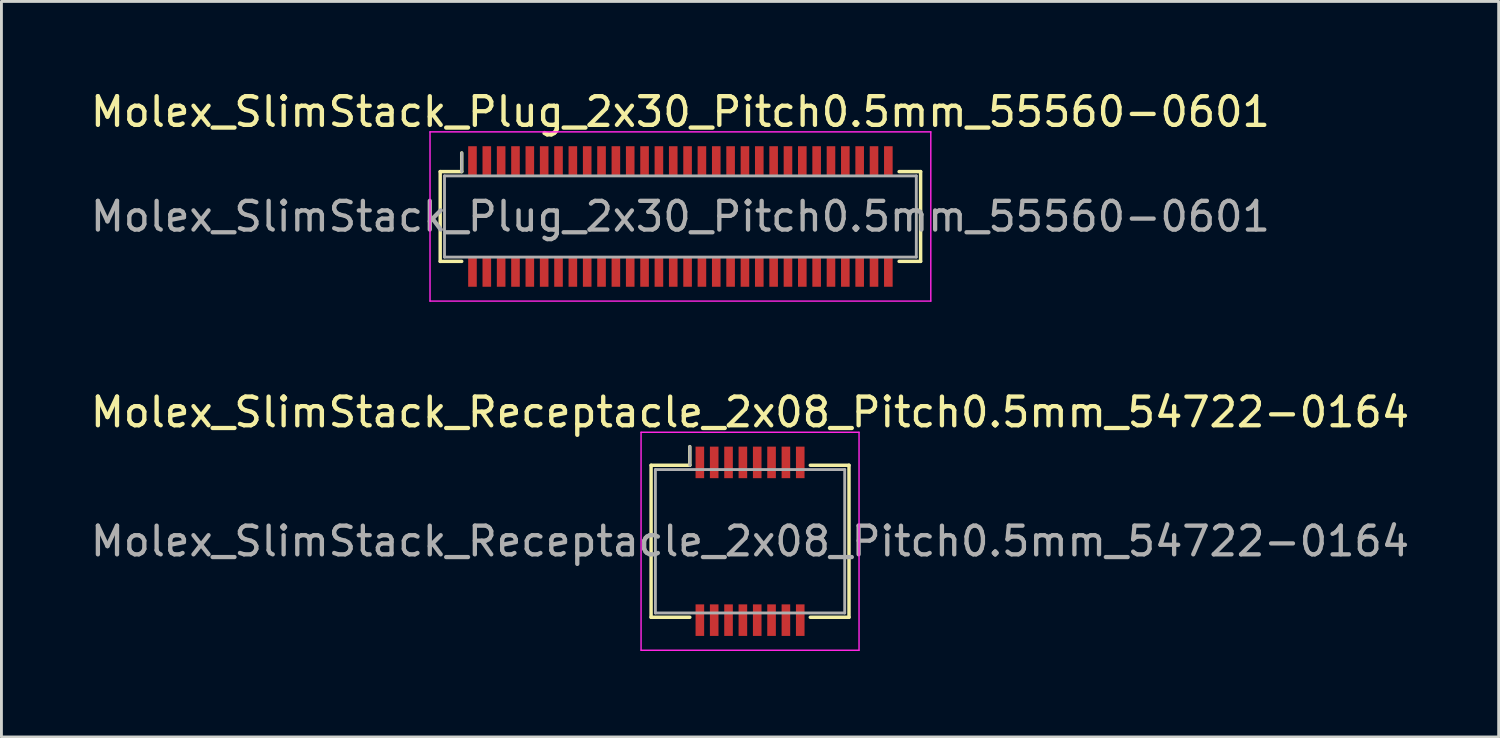
<source format=kicad_pcb>
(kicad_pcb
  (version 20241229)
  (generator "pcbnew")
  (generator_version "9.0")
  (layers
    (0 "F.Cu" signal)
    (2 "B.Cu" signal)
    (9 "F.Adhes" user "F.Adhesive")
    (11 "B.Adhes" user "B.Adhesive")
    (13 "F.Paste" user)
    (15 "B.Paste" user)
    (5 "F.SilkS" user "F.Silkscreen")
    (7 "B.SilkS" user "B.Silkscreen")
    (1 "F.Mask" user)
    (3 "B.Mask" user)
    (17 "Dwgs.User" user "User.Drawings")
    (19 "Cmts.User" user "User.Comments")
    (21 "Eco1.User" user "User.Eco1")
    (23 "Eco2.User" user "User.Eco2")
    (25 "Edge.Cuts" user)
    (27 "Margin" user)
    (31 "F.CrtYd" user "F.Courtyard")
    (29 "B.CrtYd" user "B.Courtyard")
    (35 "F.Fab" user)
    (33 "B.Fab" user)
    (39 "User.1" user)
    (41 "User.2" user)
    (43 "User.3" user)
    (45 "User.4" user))
  (footprint "Molex_SlimStack_Receptacle_2x08_Pitch0.5mm_54722-0164"
    (layer "F.Cu")
    (at 23.101 15.822)
    (property "Reference" "Molex_SlimStack_Receptacle_2x08_Pitch0.5mm_54722-0164" (at 0 -4.5 0) (layer "F.SilkS") (effects (font (size 1 1) (thickness 0.15))))
    (attr smd)
    (fp_line (start -3.45 -2.65) (end -2.1 -2.65) (stroke (width 0.12) (type solid)) (layer "F.SilkS"))
    (fp_line (start -3.45 2.65) (end -3.45 -2.65) (stroke (width 0.12) (type solid)) (layer "F.SilkS"))
    (fp_line (start -2.1 -2.65) (end -2.1 -3.3) (stroke (width 0.12) (type solid)) (layer "F.SilkS"))
    (fp_line (start -2.1 2.65) (end -3.45 2.65) (stroke (width 0.12) (type solid)) (layer "F.SilkS"))
    (fp_line (start 2.1 2.65) (end 3.45 2.65) (stroke (width 0.12) (type solid)) (layer "F.SilkS"))
    (fp_line (start 3.45 -2.65) (end 2.1 -2.65) (stroke (width 0.12) (type solid)) (layer "F.SilkS"))
    (fp_line (start 3.45 2.65) (end 3.45 -2.65) (stroke (width 0.12) (type solid)) (layer "F.SilkS"))
    (fp_line (start -3.8 -3.8) (end -3.8 3.8) (stroke (width 0.05) (type solid)) (layer "F.CrtYd"))
    (fp_line (start -3.8 3.8) (end 3.8 3.8) (stroke (width 0.05) (type solid)) (layer "F.CrtYd"))
    (fp_line (start 3.8 -3.8) (end -3.8 -3.8) (stroke (width 0.05) (type solid)) (layer "F.CrtYd"))
    (fp_line (start 3.8 3.8) (end 3.8 -3.8) (stroke (width 0.05) (type solid)) (layer "F.CrtYd"))
    (fp_line (start -3.3 -2.5) (end -3.3 2.5) (stroke (width 0.1) (type solid)) (layer "F.Fab"))
    (fp_line (start -3.3 2.5) (end 3.3 2.5) (stroke (width 0.1) (type solid)) (layer "F.Fab"))
    (fp_line (start -2.1 -2.65) (end -2.1 -3.3) (stroke (width 0.1) (type solid)) (layer "F.Fab"))
    (fp_line (start 3.3 -2.5) (end -3.3 -2.5) (stroke (width 0.1) (type solid)) (layer "F.Fab"))
    (fp_line (start 3.3 2.5) (end 3.3 -2.5) (stroke (width 0.1) (type solid)) (layer "F.Fab"))
    (fp_text user "${REFERENCE}" (at 0 0 0) (layer "F.Fab") (effects (font (size 1 1) (thickness 0.15))))
    (pad "1" smd rect (at -1.75 -2.75) (size 0.3 1.1) (layers "F.Cu" "F.Mask" "F.Paste"))
    (pad "2" smd rect (at -1.75 2.75) (size 0.3 1.1) (layers "F.Cu" "F.Mask" "F.Paste"))
    (pad "3" smd rect (at -1.25 -2.75) (size 0.3 1.1) (layers "F.Cu" "F.Mask" "F.Paste"))
    (pad "4" smd rect (at -1.25 2.75) (size 0.3 1.1) (layers "F.Cu" "F.Mask" "F.Paste"))
    (pad "5" smd rect (at -0.75 -2.75) (size 0.3 1.1) (layers "F.Cu" "F.Mask" "F.Paste"))
    (pad "6" smd rect (at -0.75 2.75) (size 0.3 1.1) (layers "F.Cu" "F.Mask" "F.Paste"))
    (pad "7" smd rect (at -0.25 -2.75) (size 0.3 1.1) (layers "F.Cu" "F.Mask" "F.Paste"))
    (pad "8" smd rect (at -0.25 2.75) (size 0.3 1.1) (layers "F.Cu" "F.Mask" "F.Paste"))
    (pad "9" smd rect (at 0.25 -2.75) (size 0.3 1.1) (layers "F.Cu" "F.Mask" "F.Paste"))
    (pad "10" smd rect (at 0.25 2.75) (size 0.3 1.1) (layers "F.Cu" "F.Mask" "F.Paste"))
    (pad "11" smd rect (at 0.75 -2.75) (size 0.3 1.1) (layers "F.Cu" "F.Mask" "F.Paste"))
    (pad "12" smd rect (at 0.75 2.75) (size 0.3 1.1) (layers "F.Cu" "F.Mask" "F.Paste"))
    (pad "13" smd rect (at 1.25 -2.75) (size 0.3 1.1) (layers "F.Cu" "F.Mask" "F.Paste"))
    (pad "14" smd rect (at 1.25 2.75) (size 0.3 1.1) (layers "F.Cu" "F.Mask" "F.Paste"))
    (pad "15" smd rect (at 1.75 -2.75) (size 0.3 1.1) (layers "F.Cu" "F.Mask" "F.Paste"))
    (pad "16" smd rect (at 1.75 2.75) (size 0.3 1.1) (layers "F.Cu" "F.Mask" "F.Paste")))
  (footprint "Molex_SlimStack_Plug_2x30_Pitch0.5mm_55560-0601"
    (layer "F.Cu")
    (at 20.673 4.498)
    (property "Reference" "Molex_SlimStack_Plug_2x30_Pitch0.5mm_55560-0601" (at 0 -3.65 0) (layer "F.SilkS") (effects (font (size 1 1) (thickness 0.15))))
    (attr smd)
    (fp_line (start -8.375 -1.565) (end -7.625 -1.565) (stroke (width 0.12) (type solid)) (layer "F.SilkS"))
    (fp_line (start -8.375 1.565) (end -8.375 -1.565) (stroke (width 0.12) (type solid)) (layer "F.SilkS"))
    (fp_line (start -7.625 -1.565) (end -7.625 -2.215) (stroke (width 0.12) (type solid)) (layer "F.SilkS"))
    (fp_line (start -7.625 1.565) (end -8.375 1.565) (stroke (width 0.12) (type solid)) (layer "F.SilkS"))
    (fp_line (start 7.625 1.565) (end 8.375 1.565) (stroke (width 0.12) (type solid)) (layer "F.SilkS"))
    (fp_line (start 8.375 -1.565) (end 7.625 -1.565) (stroke (width 0.12) (type solid)) (layer "F.SilkS"))
    (fp_line (start 8.375 1.565) (end 8.375 -1.565) (stroke (width 0.12) (type solid)) (layer "F.SilkS"))
    (fp_line (start -8.73 -2.95) (end -8.73 2.95) (stroke (width 0.05) (type solid)) (layer "F.CrtYd"))
    (fp_line (start -8.73 2.95) (end 8.73 2.95) (stroke (width 0.05) (type solid)) (layer "F.CrtYd"))
    (fp_line (start 8.73 -2.95) (end -8.73 -2.95) (stroke (width 0.05) (type solid)) (layer "F.CrtYd"))
    (fp_line (start 8.73 2.95) (end 8.73 -2.95) (stroke (width 0.05) (type solid)) (layer "F.CrtYd"))
    (fp_line (start -8.225 -1.415) (end -8.225 1.415) (stroke (width 0.1) (type solid)) (layer "F.Fab"))
    (fp_line (start -8.225 1.415) (end 8.225 1.415) (stroke (width 0.1) (type solid)) (layer "F.Fab"))
    (fp_line (start -7.625 -1.565) (end -7.625 -2.215) (stroke (width 0.1) (type solid)) (layer "F.Fab"))
    (fp_line (start 8.225 -1.415) (end -8.225 -1.415) (stroke (width 0.1) (type solid)) (layer "F.Fab"))
    (fp_line (start 8.225 1.415) (end 8.225 -1.415) (stroke (width 0.1) (type solid)) (layer "F.Fab"))
    (fp_text user "${REFERENCE}" (at 0 0 0) (layer "F.Fab") (effects (font (size 1 1) (thickness 0.15))))
    (pad "1" smd rect (at -7.25 -1.95) (size 0.3 1) (layers "F.Cu" "F.Mask" "F.Paste"))
    (pad "2" smd rect (at -7.25 1.95) (size 0.3 1) (layers "F.Cu" "F.Mask" "F.Paste"))
    (pad "3" smd rect (at -6.75 -1.95) (size 0.3 1) (layers "F.Cu" "F.Mask" "F.Paste"))
    (pad "4" smd rect (at -6.75 1.95) (size 0.3 1) (layers "F.Cu" "F.Mask" "F.Paste"))
    (pad "5" smd rect (at -6.25 -1.95) (size 0.3 1) (layers "F.Cu" "F.Mask" "F.Paste"))
    (pad "6" smd rect (at -6.25 1.95) (size 0.3 1) (layers "F.Cu" "F.Mask" "F.Paste"))
    (pad "7" smd rect (at -5.75 -1.95) (size 0.3 1) (layers "F.Cu" "F.Mask" "F.Paste"))
    (pad "8" smd rect (at -5.75 1.95) (size 0.3 1) (layers "F.Cu" "F.Mask" "F.Paste"))
    (pad "9" smd rect (at -5.25 -1.95) (size 0.3 1) (layers "F.Cu" "F.Mask" "F.Paste"))
    (pad "10" smd rect (at -5.25 1.95) (size 0.3 1) (layers "F.Cu" "F.Mask" "F.Paste"))
    (pad "11" smd rect (at -4.75 -1.95) (size 0.3 1) (layers "F.Cu" "F.Mask" "F.Paste"))
    (pad "12" smd rect (at -4.75 1.95) (size 0.3 1) (layers "F.Cu" "F.Mask" "F.Paste"))
    (pad "13" smd rect (at -4.25 -1.95) (size 0.3 1) (layers "F.Cu" "F.Mask" "F.Paste"))
    (pad "14" smd rect (at -4.25 1.95) (size 0.3 1) (layers "F.Cu" "F.Mask" "F.Paste"))
    (pad "15" smd rect (at -3.75 -1.95) (size 0.3 1) (layers "F.Cu" "F.Mask" "F.Paste"))
    (pad "16" smd rect (at -3.75 1.95) (size 0.3 1) (layers "F.Cu" "F.Mask" "F.Paste"))
    (pad "17" smd rect (at -3.25 -1.95) (size 0.3 1) (layers "F.Cu" "F.Mask" "F.Paste"))
    (pad "18" smd rect (at -3.25 1.95) (size 0.3 1) (layers "F.Cu" "F.Mask" "F.Paste"))
    (pad "19" smd rect (at -2.75 -1.95) (size 0.3 1) (layers "F.Cu" "F.Mask" "F.Paste"))
    (pad "20" smd rect (at -2.75 1.95) (size 0.3 1) (layers "F.Cu" "F.Mask" "F.Paste"))
    (pad "21" smd rect (at -2.25 -1.95) (size 0.3 1) (layers "F.Cu" "F.Mask" "F.Paste"))
    (pad "22" smd rect (at -2.25 1.95) (size 0.3 1) (layers "F.Cu" "F.Mask" "F.Paste"))
    (pad "23" smd rect (at -1.75 -1.95) (size 0.3 1) (layers "F.Cu" "F.Mask" "F.Paste"))
    (pad "24" smd rect (at -1.75 1.95) (size 0.3 1) (layers "F.Cu" "F.Mask" "F.Paste"))
    (pad "25" smd rect (at -1.25 -1.95) (size 0.3 1) (layers "F.Cu" "F.Mask" "F.Paste"))
    (pad "26" smd rect (at -1.25 1.95) (size 0.3 1) (layers "F.Cu" "F.Mask" "F.Paste"))
    (pad "27" smd rect (at -0.75 -1.95) (size 0.3 1) (layers "F.Cu" "F.Mask" "F.Paste"))
    (pad "28" smd rect (at -0.75 1.95) (size 0.3 1) (layers "F.Cu" "F.Mask" "F.Paste"))
    (pad "29" smd rect (at -0.25 -1.95) (size 0.3 1) (layers "F.Cu" "F.Mask" "F.Paste"))
    (pad "30" smd rect (at -0.25 1.95) (size 0.3 1) (layers "F.Cu" "F.Mask" "F.Paste"))
    (pad "31" smd rect (at 0.25 -1.95) (size 0.3 1) (layers "F.Cu" "F.Mask" "F.Paste"))
    (pad "32" smd rect (at 0.25 1.95) (size 0.3 1) (layers "F.Cu" "F.Mask" "F.Paste"))
    (pad "33" smd rect (at 0.75 -1.95) (size 0.3 1) (layers "F.Cu" "F.Mask" "F.Paste"))
    (pad "34" smd rect (at 0.75 1.95) (size 0.3 1) (layers "F.Cu" "F.Mask" "F.Paste"))
    (pad "35" smd rect (at 1.25 -1.95) (size 0.3 1) (layers "F.Cu" "F.Mask" "F.Paste"))
    (pad "36" smd rect (at 1.25 1.95) (size 0.3 1) (layers "F.Cu" "F.Mask" "F.Paste"))
    (pad "37" smd rect (at 1.75 -1.95) (size 0.3 1) (layers "F.Cu" "F.Mask" "F.Paste"))
    (pad "38" smd rect (at 1.75 1.95) (size 0.3 1) (layers "F.Cu" "F.Mask" "F.Paste"))
    (pad "39" smd rect (at 2.25 -1.95) (size 0.3 1) (layers "F.Cu" "F.Mask" "F.Paste"))
    (pad "40" smd rect (at 2.25 1.95) (size 0.3 1) (layers "F.Cu" "F.Mask" "F.Paste"))
    (pad "41" smd rect (at 2.75 -1.95) (size 0.3 1) (layers "F.Cu" "F.Mask" "F.Paste"))
    (pad "42" smd rect (at 2.75 1.95) (size 0.3 1) (layers "F.Cu" "F.Mask" "F.Paste"))
    (pad "43" smd rect (at 3.25 -1.95) (size 0.3 1) (layers "F.Cu" "F.Mask" "F.Paste"))
    (pad "44" smd rect (at 3.25 1.95) (size 0.3 1) (layers "F.Cu" "F.Mask" "F.Paste"))
    (pad "45" smd rect (at 3.75 -1.95) (size 0.3 1) (layers "F.Cu" "F.Mask" "F.Paste"))
    (pad "46" smd rect (at 3.75 1.95) (size 0.3 1) (layers "F.Cu" "F.Mask" "F.Paste"))
    (pad "47" smd rect (at 4.25 -1.95) (size 0.3 1) (layers "F.Cu" "F.Mask" "F.Paste"))
    (pad "48" smd rect (at 4.25 1.95) (size 0.3 1) (layers "F.Cu" "F.Mask" "F.Paste"))
    (pad "49" smd rect (at 4.75 -1.95) (size 0.3 1) (layers "F.Cu" "F.Mask" "F.Paste"))
    (pad "50" smd rect (at 4.75 1.95) (size 0.3 1) (layers "F.Cu" "F.Mask" "F.Paste"))
    (pad "51" smd rect (at 5.25 -1.95) (size 0.3 1) (layers "F.Cu" "F.Mask" "F.Paste"))
    (pad "52" smd rect (at 5.25 1.95) (size 0.3 1) (layers "F.Cu" "F.Mask" "F.Paste"))
    (pad "53" smd rect (at 5.75 -1.95) (size 0.3 1) (layers "F.Cu" "F.Mask" "F.Paste"))
    (pad "54" smd rect (at 5.75 1.95) (size 0.3 1) (layers "F.Cu" "F.Mask" "F.Paste"))
    (pad "55" smd rect (at 6.25 -1.95) (size 0.3 1) (layers "F.Cu" "F.Mask" "F.Paste"))
    (pad "56" smd rect (at 6.25 1.95) (size 0.3 1) (layers "F.Cu" "F.Mask" "F.Paste"))
    (pad "57" smd rect (at 6.75 -1.95) (size 0.3 1) (layers "F.Cu" "F.Mask" "F.Paste"))
    (pad "58" smd rect (at 6.75 1.95) (size 0.3 1) (layers "F.Cu" "F.Mask" "F.Paste"))
    (pad "59" smd rect (at 7.25 -1.95) (size 0.3 1) (layers "F.Cu" "F.Mask" "F.Paste"))
    (pad "60" smd rect (at 7.25 1.95) (size 0.3 1) (layers "F.Cu" "F.Mask" "F.Paste")))
  (gr_rect
    (start -3 -3)
    (end 49.202 22.646)
    (stroke (width 0.1) (type default))
    (fill no)
    (layer "Edge.Cuts")))
</source>
